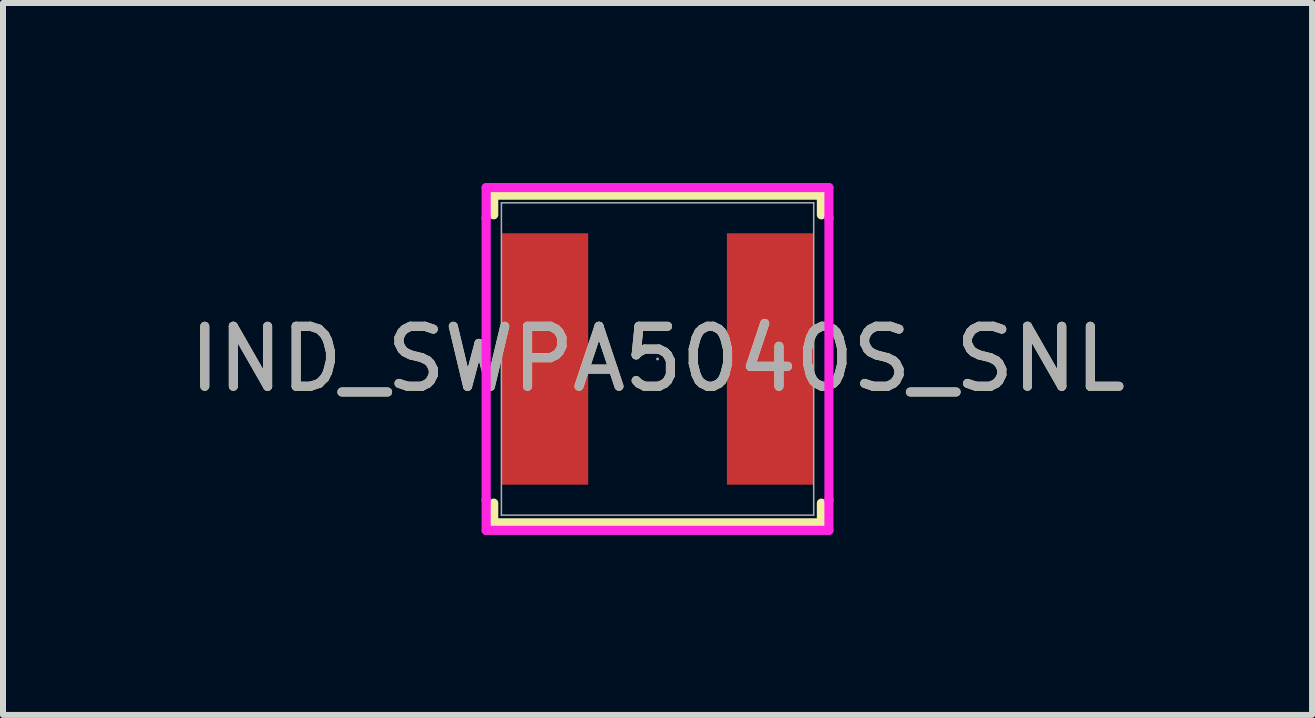
<source format=kicad_pcb>
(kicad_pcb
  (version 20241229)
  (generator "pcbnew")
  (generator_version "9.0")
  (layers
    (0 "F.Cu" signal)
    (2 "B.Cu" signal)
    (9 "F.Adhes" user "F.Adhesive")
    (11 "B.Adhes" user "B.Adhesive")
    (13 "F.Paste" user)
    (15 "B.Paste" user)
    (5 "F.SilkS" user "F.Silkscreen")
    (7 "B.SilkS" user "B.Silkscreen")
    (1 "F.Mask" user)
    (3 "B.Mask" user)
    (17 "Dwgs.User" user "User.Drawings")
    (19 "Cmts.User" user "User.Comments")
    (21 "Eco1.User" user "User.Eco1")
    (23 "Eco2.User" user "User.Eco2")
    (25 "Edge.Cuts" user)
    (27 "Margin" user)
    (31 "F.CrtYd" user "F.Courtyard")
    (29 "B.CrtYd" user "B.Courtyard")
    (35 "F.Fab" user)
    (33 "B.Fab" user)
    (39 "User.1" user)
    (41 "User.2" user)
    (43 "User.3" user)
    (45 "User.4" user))
  (footprint "IND_SWPA5040S_SNL"
    (layer "F.Cu")
    (at 7.911 2.934)
    (property "Reference" "IND_SWPA5040S_SNL" (at 0 0 0) (unlocked yes) (layer "F.SilkS") (effects (font (size 1 1) (thickness 0.15))))
    (attr smd)
    (fp_line (start -2.731 -2.731) (end -2.731 -2.403) (stroke (width 0.152) (type solid)) (layer "F.SilkS"))
    (fp_line (start -2.731 2.403) (end -2.731 2.731) (stroke (width 0.152) (type solid)) (layer "F.SilkS"))
    (fp_line (start -2.731 2.731) (end 2.731 2.731) (stroke (width 0.152) (type solid)) (layer "F.SilkS"))
    (fp_line (start 2.731 -2.731) (end -2.731 -2.731) (stroke (width 0.152) (type solid)) (layer "F.SilkS"))
    (fp_line (start 2.731 -2.403) (end 2.731 -2.731) (stroke (width 0.152) (type solid)) (layer "F.SilkS"))
    (fp_line (start 2.731 2.731) (end 2.731 2.403) (stroke (width 0.152) (type solid)) (layer "F.SilkS"))
    (fp_line (start -2.857 -2.857) (end 2.857 -2.857) (stroke (width 0.152) (type solid)) (layer "F.CrtYd"))
    (fp_line (start -2.857 -2.349) (end -2.857 -2.857) (stroke (width 0.152) (type solid)) (layer "F.CrtYd"))
    (fp_line (start -2.857 -2.349) (end -2.857 -2.349) (stroke (width 0.152) (type solid)) (layer "F.CrtYd"))
    (fp_line (start -2.857 2.349) (end -2.857 -2.349) (stroke (width 0.152) (type solid)) (layer "F.CrtYd"))
    (fp_line (start -2.857 2.349) (end -2.857 2.349) (stroke (width 0.152) (type solid)) (layer "F.CrtYd"))
    (fp_line (start -2.857 2.857) (end -2.857 2.349) (stroke (width 0.152) (type solid)) (layer "F.CrtYd"))
    (fp_line (start 2.857 -2.857) (end 2.857 -2.349) (stroke (width 0.152) (type solid)) (layer "F.CrtYd"))
    (fp_line (start 2.857 -2.349) (end 2.857 -2.349) (stroke (width 0.152) (type solid)) (layer "F.CrtYd"))
    (fp_line (start 2.857 -2.349) (end 2.857 2.349) (stroke (width 0.152) (type solid)) (layer "F.CrtYd"))
    (fp_line (start 2.857 2.349) (end 2.857 2.349) (stroke (width 0.152) (type solid)) (layer "F.CrtYd"))
    (fp_line (start 2.857 2.349) (end 2.857 2.857) (stroke (width 0.152) (type solid)) (layer "F.CrtYd"))
    (fp_line (start 2.857 2.857) (end -2.857 2.857) (stroke (width 0.152) (type solid)) (layer "F.CrtYd"))
    (fp_line (start -2.603 -2.603) (end -2.603 2.603) (stroke (width 0.025) (type solid)) (layer "F.Fab"))
    (fp_line (start -2.603 2.603) (end 2.603 2.603) (stroke (width 0.025) (type solid)) (layer "F.Fab"))
    (fp_line (start 2.603 -2.603) (end -2.603 -2.603) (stroke (width 0.025) (type solid)) (layer "F.Fab"))
    (fp_line (start 2.603 2.603) (end 2.603 -2.603) (stroke (width 0.025) (type solid)) (layer "F.Fab"))
    (fp_circle (center 0 0) (end 0 0) (stroke (width 0.025) (type solid)) (fill no) (layer "F.Fab"))
    (fp_text user "${REFERENCE}" (at 0 0 0) (unlocked yes) (layer "F.Fab") (effects (font (size 1 1) (thickness 0.15))))
    (pad "1" smd rect (at -1.88 0) (size 1.448 4.191) (layers "F.Cu" "F.Mask" "F.Paste"))
    (pad "2" smd rect (at 1.88 0) (size 1.448 4.191) (layers "F.Cu" "F.Mask" "F.Paste")))
  (gr_rect
    (start -3 -3)
    (end 18.821 8.867)
    (stroke (width 0.1) (type default))
    (fill no)
    (layer "Edge.Cuts")))
</source>
